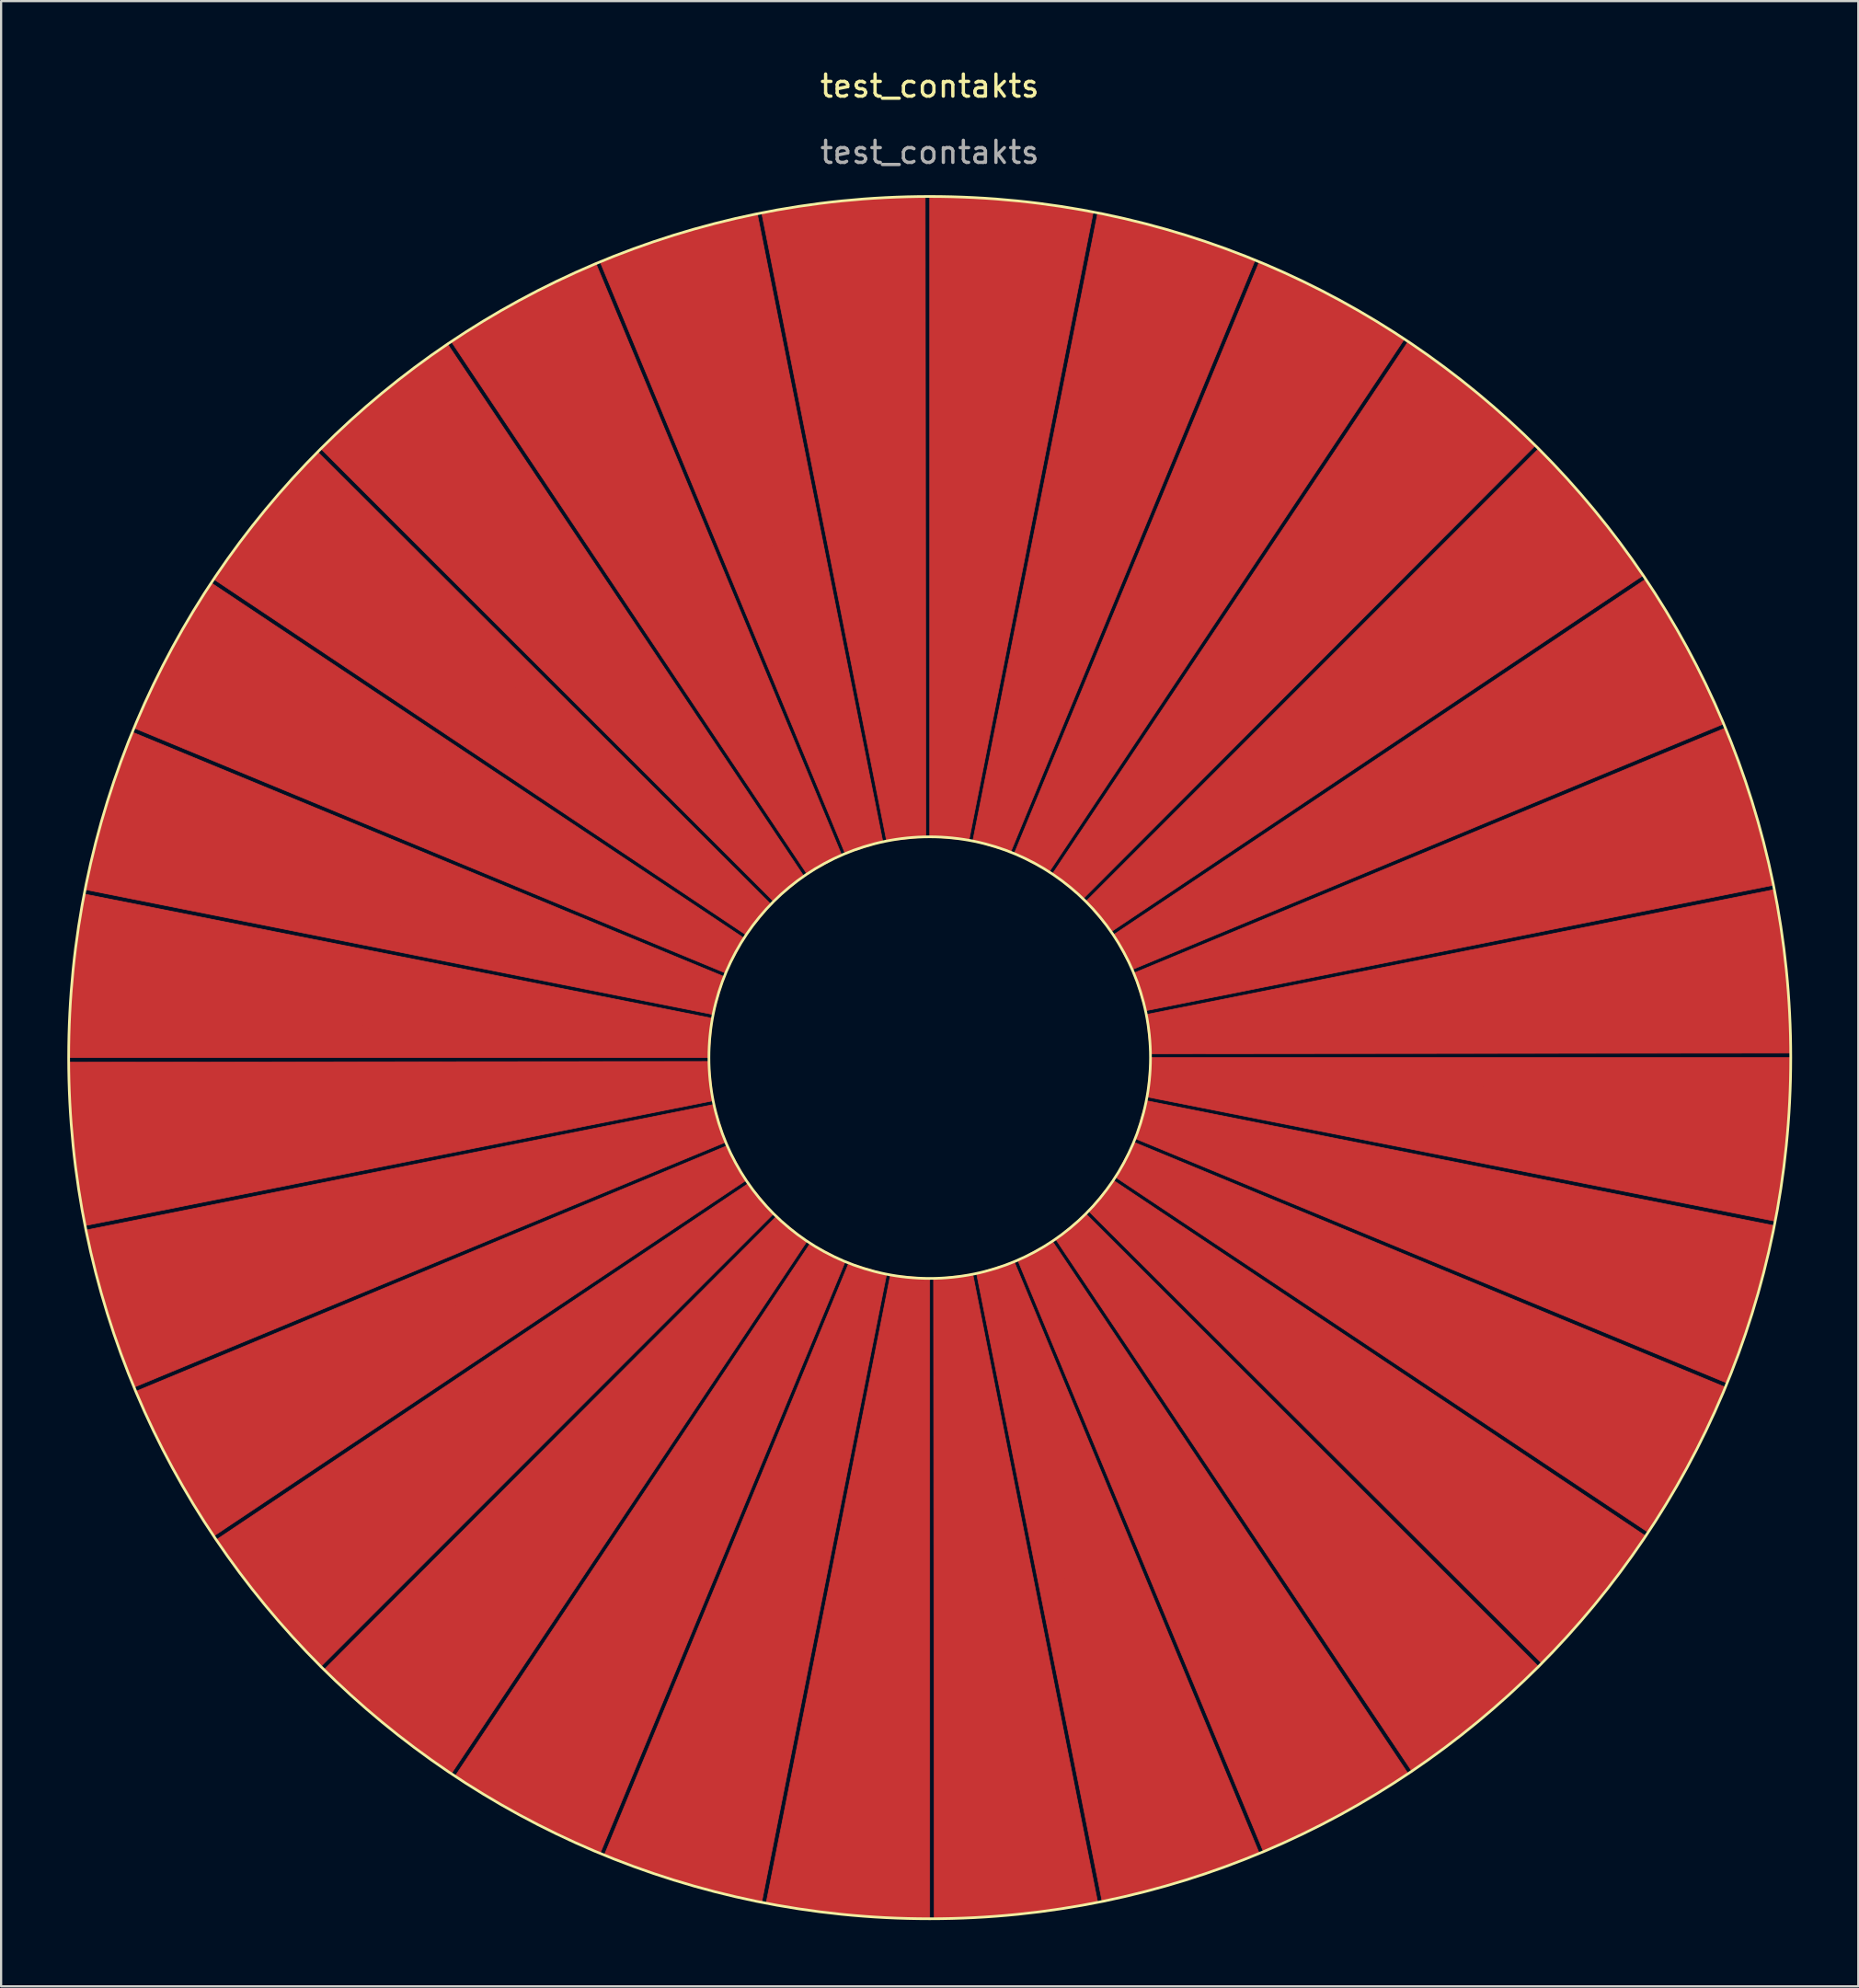
<source format=kicad_pcb>
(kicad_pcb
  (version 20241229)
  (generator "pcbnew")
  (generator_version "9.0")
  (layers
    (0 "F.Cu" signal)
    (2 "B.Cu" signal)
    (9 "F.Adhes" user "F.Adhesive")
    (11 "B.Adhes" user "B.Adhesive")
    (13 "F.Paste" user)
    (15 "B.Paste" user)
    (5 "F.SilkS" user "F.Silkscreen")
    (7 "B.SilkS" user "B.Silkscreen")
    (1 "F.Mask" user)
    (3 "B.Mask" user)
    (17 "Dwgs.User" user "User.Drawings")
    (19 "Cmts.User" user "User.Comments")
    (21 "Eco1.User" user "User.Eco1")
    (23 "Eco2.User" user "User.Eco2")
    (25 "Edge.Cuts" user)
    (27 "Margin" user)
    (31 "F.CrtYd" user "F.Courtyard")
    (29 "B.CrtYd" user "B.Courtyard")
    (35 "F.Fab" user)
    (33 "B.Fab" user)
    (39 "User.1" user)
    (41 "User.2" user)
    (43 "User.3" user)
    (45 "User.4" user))
  (footprint "test_contakts"
    (layer "F.Cu")
    (at 39.06 44.848)
    (property "Reference" "test_contakts" (at 0 -44 0) (unlocked yes) (layer "F.SilkS") (effects (font (size 1 1) (thickness 0.15))))
    (attr smd)
    (fp_poly (pts (xy -38.953 -1.914) (xy -38.812 -3.823) (xy -38.578 -5.722) (xy -38.29 -7.408) (xy -9.84 -1.779) (xy -10 0) (xy -39 0)) (stroke (width 0.03) (type solid)) (fill yes) (layer "F.Cu"))
    (fp_poly (pts (xy -38.578 5.722) (xy -38.812 3.823) (xy -38.953 1.914) (xy -38.999 0.204) (xy -9.998 0.175) (xy -9.808 1.951) (xy -38.251 7.609)) (stroke (width 0.03) (type solid)) (fill yes) (layer "F.Cu"))
    (fp_poly (pts (xy -37.831 -9.476) (xy -37.321 -11.321) (xy -36.72 -13.139) (xy -36.109 -14.736) (xy -9.304 -3.665) (xy -9.808 -1.951) (xy -38.251 -7.609)) (stroke (width 0.03) (type solid)) (fill yes) (layer "F.Cu"))
    (fp_poly (pts (xy -36.72 13.139) (xy -37.321 11.321) (xy -37.831 9.476) (xy -38.21 7.809) (xy -9.772 2.122) (xy -9.239 3.827) (xy -36.031 14.925)) (stroke (width 0.03) (type solid)) (fill yes) (layer "F.Cu"))
    (fp_poly (pts (xy -35.256 -16.675) (xy -34.395 -18.384) (xy -33.451 -20.05) (xy -32.54 -21.497) (xy -8.41 -5.41) (xy -9.239 -3.827) (xy -36.031 -14.925)) (stroke (width 0.03) (type solid)) (fill yes) (layer "F.Cu"))
    (fp_poly (pts (xy -33.451 20.05) (xy -34.395 18.384) (xy -35.256 16.675) (xy -35.953 15.113) (xy -9.171 3.987) (xy -8.315 5.556) (xy -32.427 21.667)) (stroke (width 0.03) (type solid)) (fill yes) (layer "F.Cu"))
    (fp_poly (pts (xy -31.325 -23.232) (xy -30.147 -24.741) (xy -28.897 -26.191) (xy -27.721 -27.432) (xy -7.193 -6.947) (xy -8.315 -5.556) (xy -32.427 -21.667)) (stroke (width 0.03) (type solid)) (fill yes) (layer "F.Cu"))
    (fp_poly (pts (xy -28.897 26.191) (xy -30.147 24.741) (xy -31.325 23.232) (xy -32.313 21.837) (xy -8.216 5.7) (xy -7.071 7.071) (xy -27.577 27.577)) (stroke (width 0.03) (type solid)) (fill yes) (layer "F.Cu"))
    (fp_poly (pts (xy -26.191 -28.897) (xy -24.741 -30.147) (xy -23.232 -31.325) (xy -21.837 -32.313) (xy -5.7 -8.216) (xy -7.071 -7.071) (xy -27.577 -27.577)) (stroke (width 0.03) (type solid)) (fill yes) (layer "F.Cu"))
    (fp_poly (pts (xy -23.232 31.325) (xy -24.741 30.147) (xy -26.191 28.897) (xy -27.432 27.721) (xy -6.947 7.193) (xy -5.556 8.315) (xy -21.667 32.427)) (stroke (width 0.03) (type solid)) (fill yes) (layer "F.Cu"))
    (fp_poly (pts (xy -20.05 -33.451) (xy -18.384 -34.395) (xy -16.675 -35.256) (xy -15.113 -35.953) (xy -3.987 -9.171) (xy -5.556 -8.315) (xy -21.667 -32.427)) (stroke (width 0.03) (type solid)) (fill yes) (layer "F.Cu"))
    (fp_poly (pts (xy -16.675 35.256) (xy -18.384 34.395) (xy -20.05 33.451) (xy -21.497 32.54) (xy -5.41 8.41) (xy -3.827 9.239) (xy -14.925 36.031)) (stroke (width 0.03) (type solid)) (fill yes) (layer "F.Cu"))
    (fp_poly (pts (xy -13.139 -36.72) (xy -11.321 -37.321) (xy -9.476 -37.831) (xy -7.809 -38.21) (xy -2.122 -9.772) (xy -3.827 -9.239) (xy -14.925 -36.031)) (stroke (width 0.03) (type solid)) (fill yes) (layer "F.Cu"))
    (fp_poly (pts (xy -9.476 37.831) (xy -11.321 37.321) (xy -13.139 36.72) (xy -14.736 36.109) (xy -3.665 9.304) (xy -1.951 9.808) (xy -7.609 38.251)) (stroke (width 0.03) (type solid)) (fill yes) (layer "F.Cu"))
    (fp_poly (pts (xy -5.722 -38.578) (xy -3.823 -38.812) (xy -1.914 -38.953) (xy -0.204 -38.999) (xy -0.175 -9.998) (xy -1.951 -9.808) (xy -7.609 -38.251)) (stroke (width 0.03) (type solid)) (fill yes) (layer "F.Cu"))
    (fp_poly (pts (xy -1.914 38.953) (xy -3.823 38.812) (xy -5.722 38.578) (xy -7.408 38.29) (xy -1.779 9.84) (xy 0 10) (xy 0 39)) (stroke (width 0.03) (type solid)) (fill yes) (layer "F.Cu"))
    (fp_poly (pts (xy 1.914 -38.953) (xy 3.823 -38.812) (xy 5.722 -38.578) (xy 7.408 -38.29) (xy 1.779 -9.84) (xy 0 -10) (xy 0 -39)) (stroke (width 0.03) (type solid)) (fill yes) (layer "F.Cu"))
    (fp_poly (pts (xy 5.722 38.578) (xy 3.823 38.812) (xy 1.914 38.953) (xy 0.204 38.999) (xy 0.175 9.998) (xy 1.951 9.808) (xy 7.609 38.251)) (stroke (width 0.03) (type solid)) (fill yes) (layer "F.Cu"))
    (fp_poly (pts (xy 9.476 -37.831) (xy 11.321 -37.321) (xy 13.139 -36.72) (xy 14.736 -36.109) (xy 3.665 -9.304) (xy 1.951 -9.808) (xy 7.609 -38.251)) (stroke (width 0.03) (type solid)) (fill yes) (layer "F.Cu"))
    (fp_poly (pts (xy 13.139 36.72) (xy 11.321 37.321) (xy 9.476 37.831) (xy 7.809 38.21) (xy 2.122 9.772) (xy 3.827 9.239) (xy 14.925 36.031)) (stroke (width 0.03) (type solid)) (fill yes) (layer "F.Cu"))
    (fp_poly (pts (xy 16.675 -35.256) (xy 18.384 -34.395) (xy 20.05 -33.451) (xy 21.497 -32.54) (xy 5.41 -8.41) (xy 3.827 -9.239) (xy 14.925 -36.031)) (stroke (width 0.03) (type solid)) (fill yes) (layer "F.Cu"))
    (fp_poly (pts (xy 20.05 33.451) (xy 18.384 34.395) (xy 16.675 35.256) (xy 15.113 35.953) (xy 3.987 9.171) (xy 5.556 8.315) (xy 21.667 32.427)) (stroke (width 0.03) (type solid)) (fill yes) (layer "F.Cu"))
    (fp_poly (pts (xy 23.232 -31.325) (xy 24.741 -30.147) (xy 26.191 -28.897) (xy 27.432 -27.721) (xy 6.947 -7.193) (xy 5.556 -8.315) (xy 21.667 -32.427)) (stroke (width 0.03) (type solid)) (fill yes) (layer "F.Cu"))
    (fp_poly (pts (xy 26.191 28.897) (xy 24.741 30.147) (xy 23.232 31.325) (xy 21.837 32.313) (xy 5.7 8.216) (xy 7.071 7.071) (xy 27.577 27.577)) (stroke (width 0.03) (type solid)) (fill yes) (layer "F.Cu"))
    (fp_poly (pts (xy 28.897 -26.191) (xy 30.147 -24.741) (xy 31.325 -23.232) (xy 32.313 -21.837) (xy 8.216 -5.7) (xy 7.071 -7.071) (xy 27.577 -27.577)) (stroke (width 0.03) (type solid)) (fill yes) (layer "F.Cu"))
    (fp_poly (pts (xy 31.325 23.232) (xy 30.147 24.741) (xy 28.897 26.191) (xy 27.721 27.432) (xy 7.193 6.947) (xy 8.315 5.556) (xy 32.427 21.667)) (stroke (width 0.03) (type solid)) (fill yes) (layer "F.Cu"))
    (fp_poly (pts (xy 33.451 -20.05) (xy 34.395 -18.384) (xy 35.256 -16.675) (xy 35.953 -15.113) (xy 9.171 -3.987) (xy 8.315 -5.556) (xy 32.427 -21.667)) (stroke (width 0.03) (type solid)) (fill yes) (layer "F.Cu"))
    (fp_poly (pts (xy 35.256 16.675) (xy 34.395 18.384) (xy 33.451 20.05) (xy 32.54 21.497) (xy 8.41 5.41) (xy 9.239 3.827) (xy 36.031 14.925)) (stroke (width 0.03) (type solid)) (fill yes) (layer "F.Cu"))
    (fp_poly (pts (xy 36.72 -13.139) (xy 37.321 -11.321) (xy 37.831 -9.476) (xy 38.21 -7.809) (xy 9.772 -2.122) (xy 9.239 -3.827) (xy 36.031 -14.925)) (stroke (width 0.03) (type solid)) (fill yes) (layer "F.Cu"))
    (fp_poly (pts (xy 37.831 9.476) (xy 37.321 11.321) (xy 36.72 13.139) (xy 36.109 14.736) (xy 9.304 3.665) (xy 9.808 1.951) (xy 38.251 7.609)) (stroke (width 0.03) (type solid)) (fill yes) (layer "F.Cu"))
    (fp_poly (pts (xy 38.578 -5.722) (xy 38.812 -3.823) (xy 38.953 -1.914) (xy 38.999 -0.204) (xy 9.998 -0.175) (xy 9.808 -1.951) (xy 38.251 -7.609)) (stroke (width 0.03) (type solid)) (fill yes) (layer "F.Cu"))
    (fp_poly (pts (xy 38.953 1.914) (xy 38.812 3.823) (xy 38.578 5.722) (xy 38.29 7.408) (xy 9.84 1.779) (xy 10 0) (xy 39 0)) (stroke (width 0.03) (type solid)) (fill yes) (layer "F.Cu"))
    (fp_poly (pts (xy -38.953 -1.914) (xy -38.812 -3.823) (xy -38.578 -5.722) (xy -38.29 -7.408) (xy -9.84 -1.779) (xy -10 0) (xy -39 0)) (stroke (width 0) (type solid)) (fill yes) (layer "F.Mask"))
    (fp_poly (pts (xy -38.578 5.722) (xy -38.812 3.823) (xy -38.953 1.914) (xy -38.999 0.204) (xy -9.998 0.175) (xy -9.808 1.951) (xy -38.251 7.609)) (stroke (width 0) (type solid)) (fill yes) (layer "F.Mask"))
    (fp_poly (pts (xy -37.831 -9.476) (xy -37.321 -11.321) (xy -36.72 -13.139) (xy -36.109 -14.736) (xy -9.304 -3.665) (xy -9.808 -1.951) (xy -38.251 -7.609)) (stroke (width 0) (type solid)) (fill yes) (layer "F.Mask"))
    (fp_poly (pts (xy -36.72 13.139) (xy -37.321 11.321) (xy -37.831 9.476) (xy -38.21 7.809) (xy -9.772 2.122) (xy -9.239 3.827) (xy -36.031 14.925)) (stroke (width 0) (type solid)) (fill yes) (layer "F.Mask"))
    (fp_poly (pts (xy -35.256 -16.675) (xy -34.395 -18.384) (xy -33.451 -20.05) (xy -32.54 -21.497) (xy -8.41 -5.41) (xy -9.239 -3.827) (xy -36.031 -14.925)) (stroke (width 0) (type solid)) (fill yes) (layer "F.Mask"))
    (fp_poly (pts (xy -33.451 20.05) (xy -34.395 18.384) (xy -35.256 16.675) (xy -35.953 15.113) (xy -9.171 3.987) (xy -8.315 5.556) (xy -32.427 21.667)) (stroke (width 0) (type solid)) (fill yes) (layer "F.Mask"))
    (fp_poly (pts (xy -31.325 -23.232) (xy -30.147 -24.741) (xy -28.897 -26.191) (xy -27.721 -27.432) (xy -7.193 -6.947) (xy -8.315 -5.556) (xy -32.427 -21.667)) (stroke (width 0) (type solid)) (fill yes) (layer "F.Mask"))
    (fp_poly (pts (xy -28.897 26.191) (xy -30.147 24.741) (xy -31.325 23.232) (xy -32.313 21.837) (xy -8.216 5.7) (xy -7.071 7.071) (xy -27.577 27.577)) (stroke (width 0) (type solid)) (fill yes) (layer "F.Mask"))
    (fp_poly (pts (xy -26.191 -28.897) (xy -24.741 -30.147) (xy -23.232 -31.325) (xy -21.837 -32.313) (xy -5.7 -8.216) (xy -7.071 -7.071) (xy -27.577 -27.577)) (stroke (width 0) (type solid)) (fill yes) (layer "F.Mask"))
    (fp_poly (pts (xy -23.232 31.325) (xy -24.741 30.147) (xy -26.191 28.897) (xy -27.432 27.721) (xy -6.947 7.193) (xy -5.556 8.315) (xy -21.667 32.427)) (stroke (width 0) (type solid)) (fill yes) (layer "F.Mask"))
    (fp_poly (pts (xy -20.05 -33.451) (xy -18.384 -34.395) (xy -16.675 -35.256) (xy -15.113 -35.953) (xy -3.987 -9.171) (xy -5.556 -8.315) (xy -21.667 -32.427)) (stroke (width 0) (type solid)) (fill yes) (layer "F.Mask"))
    (fp_poly (pts (xy -16.675 35.256) (xy -18.384 34.395) (xy -20.05 33.451) (xy -21.497 32.54) (xy -5.41 8.41) (xy -3.827 9.239) (xy -14.925 36.031)) (stroke (width 0) (type solid)) (fill yes) (layer "F.Mask"))
    (fp_poly (pts (xy -13.139 -36.72) (xy -11.321 -37.321) (xy -9.476 -37.831) (xy -7.809 -38.21) (xy -2.122 -9.772) (xy -3.827 -9.239) (xy -14.925 -36.031)) (stroke (width 0) (type solid)) (fill yes) (layer "F.Mask"))
    (fp_poly (pts (xy -9.476 37.831) (xy -11.321 37.321) (xy -13.139 36.72) (xy -14.736 36.109) (xy -3.665 9.304) (xy -1.951 9.808) (xy -7.609 38.251)) (stroke (width 0) (type solid)) (fill yes) (layer "F.Mask"))
    (fp_poly (pts (xy -5.722 -38.578) (xy -3.823 -38.812) (xy -1.914 -38.953) (xy -0.204 -38.999) (xy -0.175 -9.998) (xy -1.951 -9.808) (xy -7.609 -38.251)) (stroke (width 0) (type solid)) (fill yes) (layer "F.Mask"))
    (fp_poly (pts (xy -1.914 38.953) (xy -3.823 38.812) (xy -5.722 38.578) (xy -7.408 38.29) (xy -1.779 9.84) (xy 0 10) (xy 0 39)) (stroke (width 0) (type solid)) (fill yes) (layer "F.Mask"))
    (fp_poly (pts (xy 1.914 -38.953) (xy 3.823 -38.812) (xy 5.722 -38.578) (xy 7.408 -38.29) (xy 1.779 -9.84) (xy 0 -10) (xy 0 -39)) (stroke (width 0) (type solid)) (fill yes) (layer "F.Mask"))
    (fp_poly (pts (xy 5.722 38.578) (xy 3.823 38.812) (xy 1.914 38.953) (xy 0.204 38.999) (xy 0.175 9.998) (xy 1.951 9.808) (xy 7.609 38.251)) (stroke (width 0) (type solid)) (fill yes) (layer "F.Mask"))
    (fp_poly (pts (xy 9.476 -37.831) (xy 11.321 -37.321) (xy 13.139 -36.72) (xy 14.736 -36.109) (xy 3.665 -9.304) (xy 1.951 -9.808) (xy 7.609 -38.251)) (stroke (width 0) (type solid)) (fill yes) (layer "F.Mask"))
    (fp_poly (pts (xy 13.139 36.72) (xy 11.321 37.321) (xy 9.476 37.831) (xy 7.809 38.21) (xy 2.122 9.772) (xy 3.827 9.239) (xy 14.925 36.031)) (stroke (width 0) (type solid)) (fill yes) (layer "F.Mask"))
    (fp_poly (pts (xy 16.675 -35.256) (xy 18.384 -34.395) (xy 20.05 -33.451) (xy 21.497 -32.54) (xy 5.41 -8.41) (xy 3.827 -9.239) (xy 14.925 -36.031)) (stroke (width 0) (type solid)) (fill yes) (layer "F.Mask"))
    (fp_poly (pts (xy 20.05 33.451) (xy 18.384 34.395) (xy 16.675 35.256) (xy 15.113 35.953) (xy 3.987 9.171) (xy 5.556 8.315) (xy 21.667 32.427)) (stroke (width 0) (type solid)) (fill yes) (layer "F.Mask"))
    (fp_poly (pts (xy 23.232 -31.325) (xy 24.741 -30.147) (xy 26.191 -28.897) (xy 27.432 -27.721) (xy 6.947 -7.193) (xy 5.556 -8.315) (xy 21.667 -32.427)) (stroke (width 0) (type solid)) (fill yes) (layer "F.Mask"))
    (fp_poly (pts (xy 26.191 28.897) (xy 24.741 30.147) (xy 23.232 31.325) (xy 21.837 32.313) (xy 5.7 8.216) (xy 7.071 7.071) (xy 27.577 27.577)) (stroke (width 0) (type solid)) (fill yes) (layer "F.Mask"))
    (fp_poly (pts (xy 28.897 -26.191) (xy 30.147 -24.741) (xy 31.325 -23.232) (xy 32.313 -21.837) (xy 8.216 -5.7) (xy 7.071 -7.071) (xy 27.577 -27.577)) (stroke (width 0) (type solid)) (fill yes) (layer "F.Mask"))
    (fp_poly (pts (xy 31.325 23.232) (xy 30.147 24.741) (xy 28.897 26.191) (xy 27.721 27.432) (xy 7.193 6.947) (xy 8.315 5.556) (xy 32.427 21.667)) (stroke (width 0) (type solid)) (fill yes) (layer "F.Mask"))
    (fp_poly (pts (xy 33.451 -20.05) (xy 34.395 -18.384) (xy 35.256 -16.675) (xy 35.953 -15.113) (xy 9.171 -3.987) (xy 8.315 -5.556) (xy 32.427 -21.667)) (stroke (width 0) (type solid)) (fill yes) (layer "F.Mask"))
    (fp_poly (pts (xy 35.256 16.675) (xy 34.395 18.384) (xy 33.451 20.05) (xy 32.54 21.497) (xy 8.41 5.41) (xy 9.239 3.827) (xy 36.031 14.925)) (stroke (width 0) (type solid)) (fill yes) (layer "F.Mask"))
    (fp_poly (pts (xy 36.72 -13.139) (xy 37.321 -11.321) (xy 37.831 -9.476) (xy 38.21 -7.809) (xy 9.772 -2.122) (xy 9.239 -3.827) (xy 36.031 -14.925)) (stroke (width 0) (type solid)) (fill yes) (layer "F.Mask"))
    (fp_poly (pts (xy 37.831 9.476) (xy 37.321 11.321) (xy 36.72 13.139) (xy 36.109 14.736) (xy 9.304 3.665) (xy 9.808 1.951) (xy 38.251 7.609)) (stroke (width 0) (type solid)) (fill yes) (layer "F.Mask"))
    (fp_poly (pts (xy 38.578 -5.722) (xy 38.812 -3.823) (xy 38.953 -1.914) (xy 38.999 -0.204) (xy 9.998 -0.175) (xy 9.808 -1.951) (xy 38.251 -7.609)) (stroke (width 0) (type solid)) (fill yes) (layer "F.Mask"))
    (fp_poly (pts (xy 38.953 1.914) (xy 38.812 3.823) (xy 38.578 5.722) (xy 38.29 7.408) (xy 9.84 1.779) (xy 10 0) (xy 39 0)) (stroke (width 0) (type solid)) (fill yes) (layer "F.Mask"))
    (fp_circle (center 0 0) (end 0 -39) (stroke (width 0.12) (type solid)) (fill no) (layer "F.SilkS"))
    (fp_circle (center 0 0) (end 0 -10) (stroke (width 0.12) (type solid)) (fill no) (layer "F.SilkS"))
    (fp_text user "${REFERENCE}" (at 0 -41 0) (unlocked yes) (layer "F.Fab") (effects (font (size 1 1) (thickness 0.15))))
    (pad "0" smd roundrect (at 2.483 -24.876 354.3) (size 2.286 1.524) (layers "F.Cu" "F.Mask") (roundrect_rratio 0.25))
    (pad "1" smd roundrect (at 7.284 -23.915 343.06) (size 2.286 1.524) (layers "F.Cu" "F.Mask") (roundrect_rratio 0.25))
    (pad "2" smd roundrect (at 11.806 -22.037 331.82) (size 2.286 1.524) (layers "F.Cu" "F.Mask") (roundrect_rratio 0.25))
    (pad "3" smd roundrect (at 15.875 -19.313 320.58) (size 2.286 1.524) (layers "F.Cu" "F.Mask") (roundrect_rratio 0.25))
    (pad "4" smd roundrect (at 19.335 -15.848 309.34) (size 2.286 1.524) (layers "F.Cu" "F.Mask") (roundrect_rratio 0.25))
    (pad "5" smd roundrect (at 22.053 -11.775 298.1) (size 2.286 1.524) (layers "F.Cu" "F.Mask") (roundrect_rratio 0.25))
    (pad "6" smd roundrect (at 23.925 -7.251 286.86) (size 2.286 1.524) (layers "F.Cu" "F.Mask") (roundrect_rratio 0.25))
    (pad "7" smd roundrect (at 24.88 -2.448 275.62) (size 2.286 1.524) (layers "F.Cu" "F.Mask") (roundrect_rratio 0.25))
    (pad "8" smd roundrect (at 24.88 2.448 264.38) (size 2.286 1.524) (layers "F.Cu" "F.Mask") (roundrect_rratio 0.25))
    (pad "9" smd roundrect (at 23.925 7.251 253.139) (size 2.286 1.524) (layers "F.Cu" "F.Mask") (roundrect_rratio 0.25))
    (pad "10" smd roundrect (at 22.053 11.775 241.9) (size 2.286 1.524) (layers "F.Cu" "F.Mask") (roundrect_rratio 0.25))
    (pad "11" smd roundrect (at 19.335 15.848 230.66) (size 2.286 1.524) (layers "F.Cu" "F.Mask") (roundrect_rratio 0.25))
    (pad "12" smd roundrect (at 15.875 19.313 219.42) (size 2.286 1.524) (layers "F.Cu" "F.Mask") (roundrect_rratio 0.25))
    (pad "13" smd roundrect (at 11.806 22.037 208.18) (size 2.286 1.524) (layers "F.Cu" "F.Mask") (roundrect_rratio 0.25))
    (pad "14" smd roundrect (at 7.284 23.915 196.94) (size 2.286 1.524) (layers "F.Cu" "F.Mask") (roundrect_rratio 0.25))
    (pad "15" smd roundrect (at 2.483 24.876 185.7) (size 2.286 1.524) (layers "F.Cu" "F.Mask") (roundrect_rratio 0.25))
    (pad "16" smd roundrect (at -2.414 24.883 174.46) (size 2.286 1.524) (layers "F.Cu" "F.Mask") (roundrect_rratio 0.25))
    (pad "17" smd roundrect (at -7.217 23.936 163.22) (size 2.286 1.524) (layers "F.Cu" "F.Mask") (roundrect_rratio 0.25))
    (pad "18" smd roundrect (at -11.744 22.07 151.98) (size 2.286 1.524) (layers "F.Cu" "F.Mask") (roundrect_rratio 0.25))
    (pad "19" smd roundrect (at -15.821 19.357 140.74) (size 2.286 1.524) (layers "F.Cu" "F.Mask") (roundrect_rratio 0.25))
    (pad "20" smd roundrect (at -19.291 15.902 129.5) (size 2.286 1.524) (layers "F.Cu" "F.Mask") (roundrect_rratio 0.25))
    (pad "21" smd roundrect (at -22.02 11.837 118.26) (size 2.286 1.524) (layers "F.Cu" "F.Mask") (roundrect_rratio 0.25))
    (pad "22" smd roundrect (at -23.905 7.318 107.02) (size 2.286 1.524) (layers "F.Cu" "F.Mask") (roundrect_rratio 0.25))
    (pad "23" smd roundrect (at -24.873 2.518 95.78) (size 2.286 1.524) (layers "F.Cu" "F.Mask") (roundrect_rratio 0.25))
    (pad "24" smd roundrect (at -24.887 -2.379 84.54) (size 2.286 1.524) (layers "F.Cu" "F.Mask") (roundrect_rratio 0.25))
    (pad "25" smd roundrect (at -23.946 -7.184 73.3) (size 2.286 1.524) (layers "F.Cu" "F.Mask") (roundrect_rratio 0.25))
    (pad "26" smd roundrect (at -22.086 -11.714 62.06) (size 2.286 1.524) (layers "F.Cu" "F.Mask") (roundrect_rratio 0.25))
    (pad "27" smd roundrect (at -19.379 -15.794 50.82) (size 2.286 1.524) (layers "F.Cu" "F.Mask") (roundrect_rratio 0.25))
    (pad "28" smd roundrect (at -15.929 -19.268 39.58) (size 2.286 1.524) (layers "F.Cu" "F.Mask") (roundrect_rratio 0.25))
    (pad "29" smd roundrect (at -11.868 -22.004 28.339) (size 2.286 1.524) (layers "F.Cu" "F.Mask") (roundrect_rratio 0.25))
    (pad "30" smd roundrect (at -7.351 -23.895 17.1) (size 2.286 1.524) (layers "F.Cu" "F.Mask") (roundrect_rratio 0.25))
    (pad "31" smd roundrect (at -2.552 -24.869 5.86) (size 2.286 1.524) (layers "F.Cu" "F.Mask") (roundrect_rratio 0.25)))
  (gr_rect
    (start -3 -3)
    (end 81.12 86.908)
    (stroke (width 0.1) (type default))
    (fill no)
    (layer "Edge.Cuts")))
</source>
